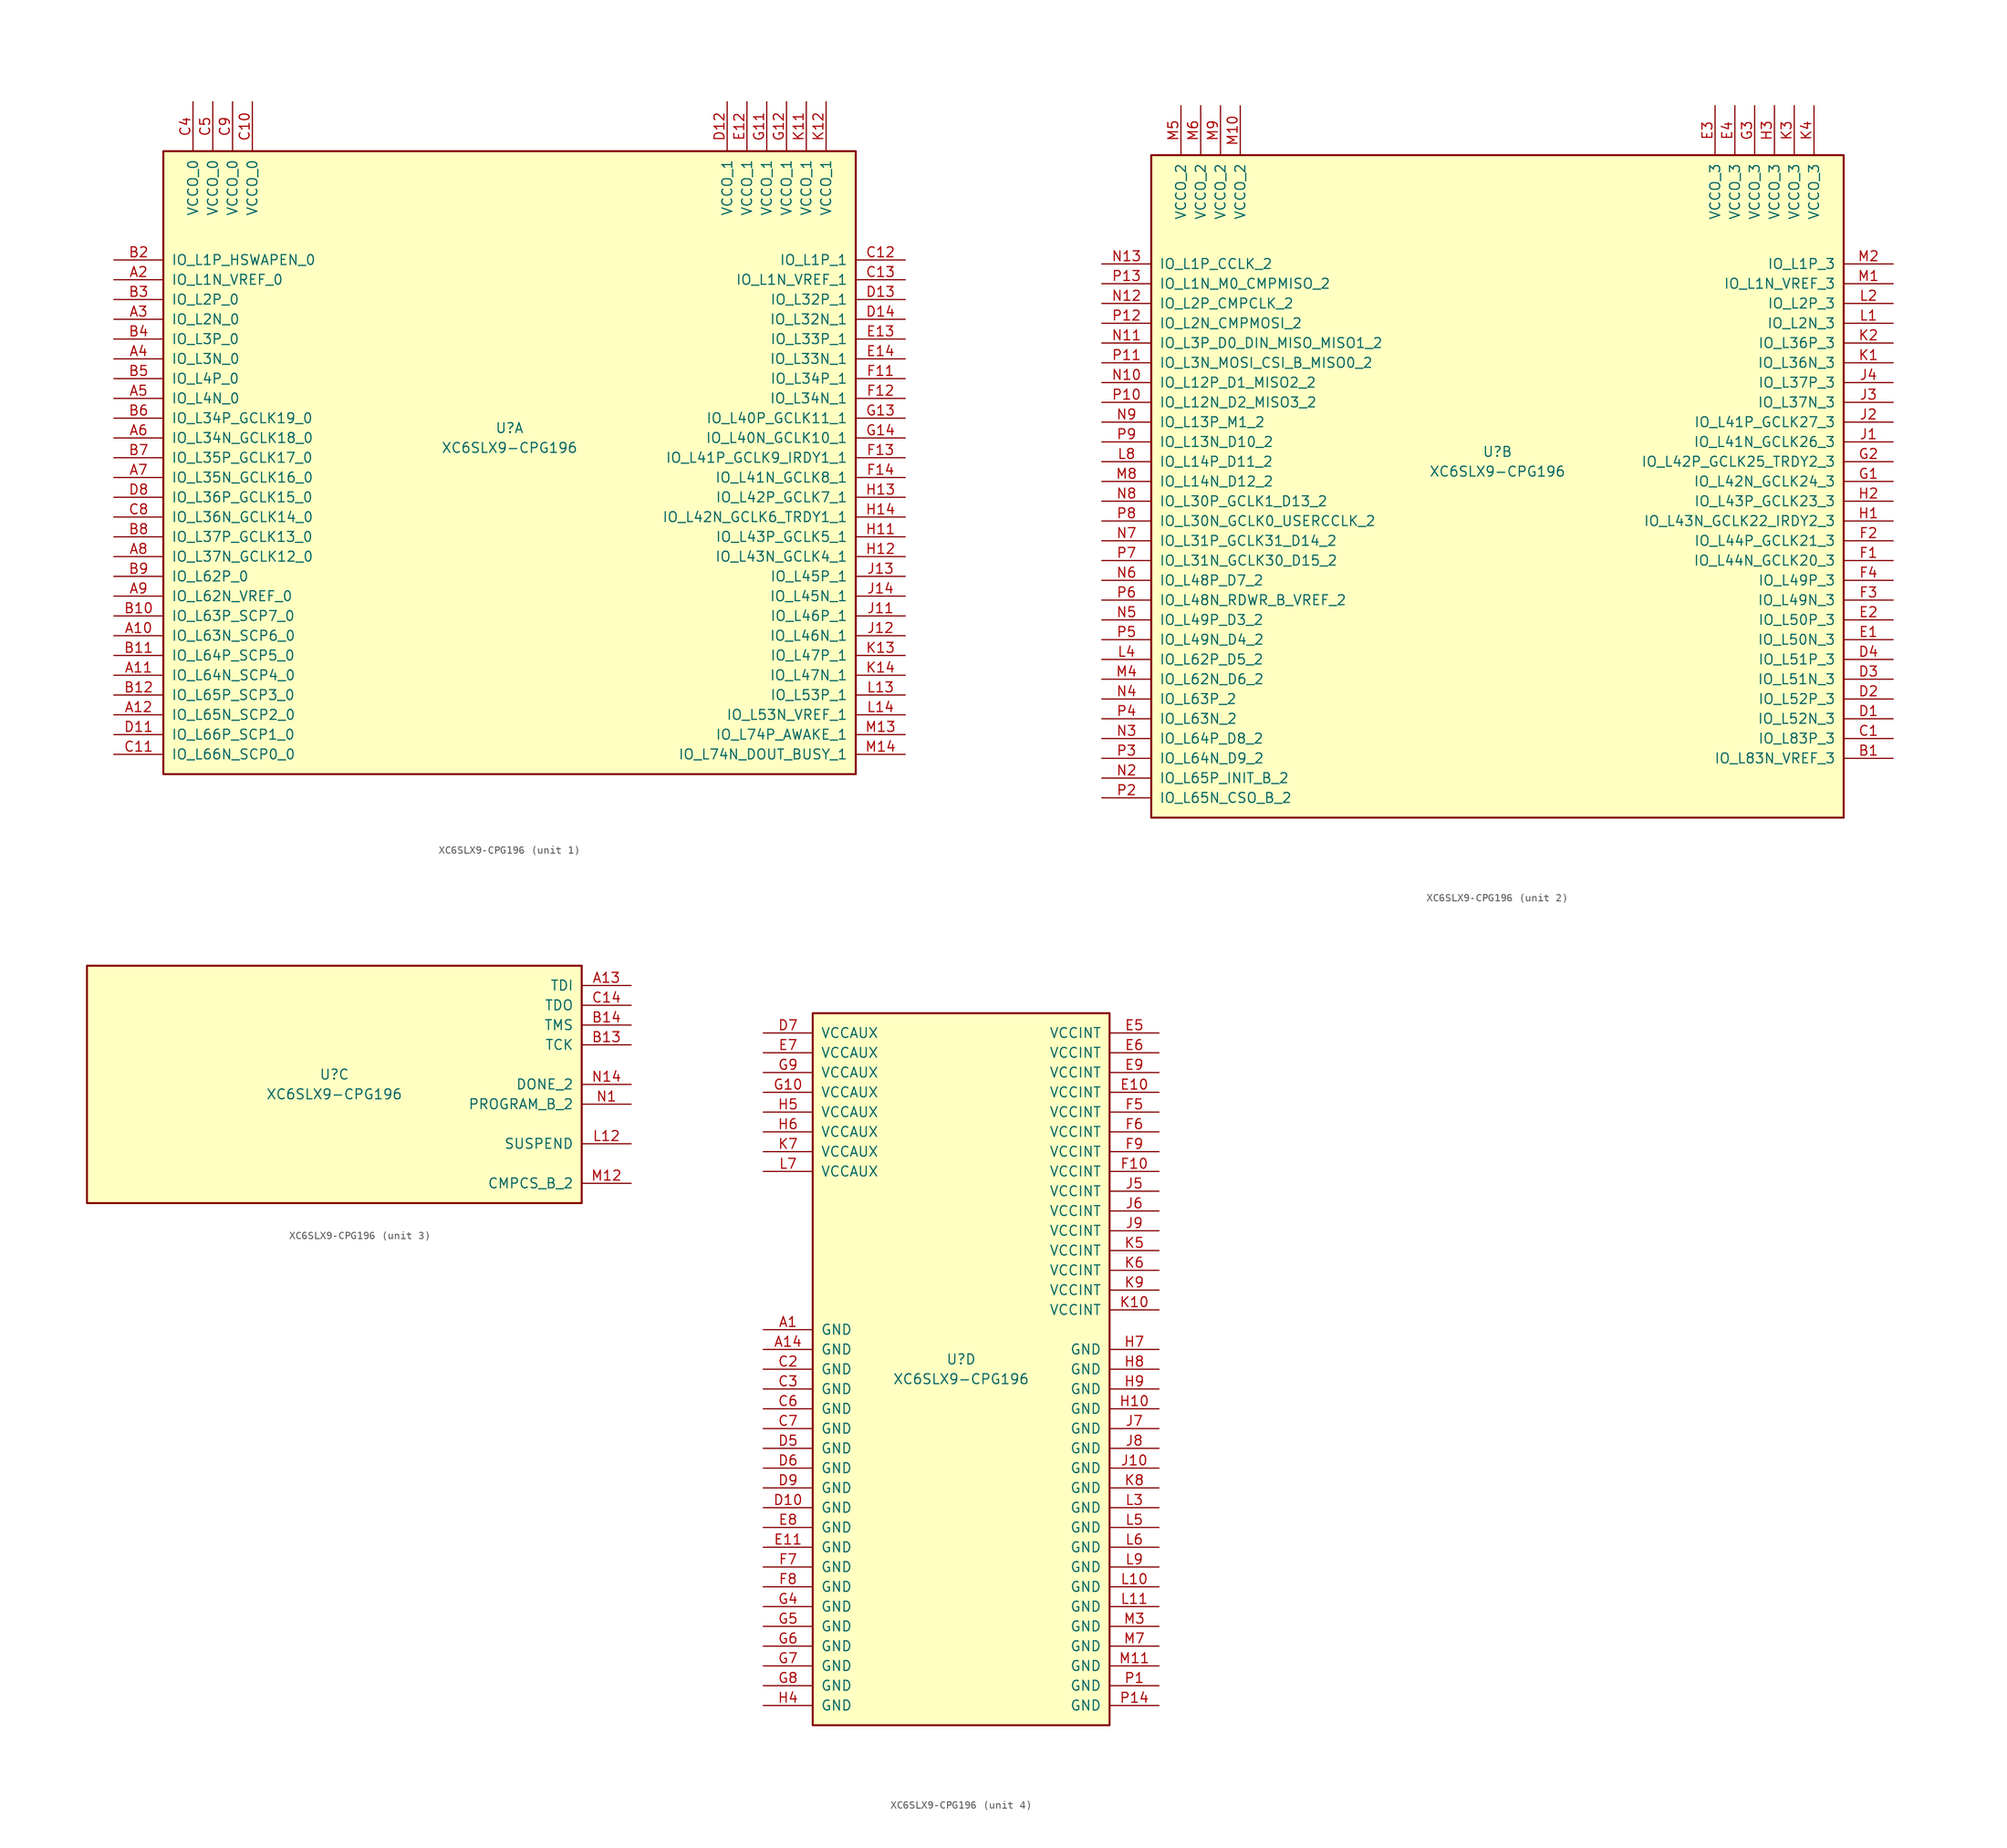
<source format=kicad_sym>
(kicad_symbol_lib
  (version 20211014)
  (generator kicad_symbol_editor)
  (symbol "XC6SLX9-CPG196"
    (pin_names
      (offset 1.016))
    (property "Reference" "U"
      (at 0 1.27 0)
      (effects (font (size 1.27 1.27))))
    (property "Value" "XC6SLX9-CPG196"
      (at 0 -1.27 0)
      (effects (font (size 1.27 1.27))))
    (property "Datasheet" ""
      (at 0 0 0)
      (effects (font (size 1.27 1.27))))
    (property "ki_locked" ""
      (at 0 0 0)
      (effects (font (size 1.27 1.27))))
    (symbol "XC6SLX9-CPG196_1_1"
      (rectangle (start -44.45 36.83) (end 44.45 -43.18) (stroke (width 0.254) (type default) (color 0 0 0 0)) (fill (type background)))
      (pin bidirectional line (at -50.8 -25.4 0) (length 6.35) (name "IO_L63N_SCP6_0" (effects (font (size 1.27 1.27)))) (number "A10" (effects (font (size 1.27 1.27)))))
      (pin bidirectional line (at -50.8 -30.48 0) (length 6.35) (name "IO_L64N_SCP4_0" (effects (font (size 1.27 1.27)))) (number "A11" (effects (font (size 1.27 1.27)))))
      (pin bidirectional line (at -50.8 -35.56 0) (length 6.35) (name "IO_L65N_SCP2_0" (effects (font (size 1.27 1.27)))) (number "A12" (effects (font (size 1.27 1.27)))))
      (pin bidirectional line (at -50.8 20.32 0) (length 6.35) (name "IO_L1N_VREF_0" (effects (font (size 1.27 1.27)))) (number "A2" (effects (font (size 1.27 1.27)))))
      (pin bidirectional line (at -50.8 15.24 0) (length 6.35) (name "IO_L2N_0" (effects (font (size 1.27 1.27)))) (number "A3" (effects (font (size 1.27 1.27)))))
      (pin bidirectional line (at -50.8 10.16 0) (length 6.35) (name "IO_L3N_0" (effects (font (size 1.27 1.27)))) (number "A4" (effects (font (size 1.27 1.27)))))
      (pin bidirectional line (at -50.8 5.08 0) (length 6.35) (name "IO_L4N_0" (effects (font (size 1.27 1.27)))) (number "A5" (effects (font (size 1.27 1.27)))))
      (pin bidirectional line (at -50.8 0 0) (length 6.35) (name "IO_L34N_GCLK18_0" (effects (font (size 1.27 1.27)))) (number "A6" (effects (font (size 1.27 1.27)))))
      (pin bidirectional line (at -50.8 -5.08 0) (length 6.35) (name "IO_L35N_GCLK16_0" (effects (font (size 1.27 1.27)))) (number "A7" (effects (font (size 1.27 1.27)))))
      (pin bidirectional line (at -50.8 -15.24 0) (length 6.35) (name "IO_L37N_GCLK12_0" (effects (font (size 1.27 1.27)))) (number "A8" (effects (font (size 1.27 1.27)))))
      (pin bidirectional line (at -50.8 -20.32 0) (length 6.35) (name "IO_L62N_VREF_0" (effects (font (size 1.27 1.27)))) (number "A9" (effects (font (size 1.27 1.27)))))
      (pin bidirectional line (at -50.8 -22.86 0) (length 6.35) (name "IO_L63P_SCP7_0" (effects (font (size 1.27 1.27)))) (number "B10" (effects (font (size 1.27 1.27)))))
      (pin bidirectional line (at -50.8 -27.94 0) (length 6.35) (name "IO_L64P_SCP5_0" (effects (font (size 1.27 1.27)))) (number "B11" (effects (font (size 1.27 1.27)))))
      (pin bidirectional line (at -50.8 -33.02 0) (length 6.35) (name "IO_L65P_SCP3_0" (effects (font (size 1.27 1.27)))) (number "B12" (effects (font (size 1.27 1.27)))))
      (pin bidirectional line (at -50.8 22.86 0) (length 6.35) (name "IO_L1P_HSWAPEN_0" (effects (font (size 1.27 1.27)))) (number "B2" (effects (font (size 1.27 1.27)))))
      (pin bidirectional line (at -50.8 17.78 0) (length 6.35) (name "IO_L2P_0" (effects (font (size 1.27 1.27)))) (number "B3" (effects (font (size 1.27 1.27)))))
      (pin bidirectional line (at -50.8 12.7 0) (length 6.35) (name "IO_L3P_0" (effects (font (size 1.27 1.27)))) (number "B4" (effects (font (size 1.27 1.27)))))
      (pin bidirectional line (at -50.8 7.62 0) (length 6.35) (name "IO_L4P_0" (effects (font (size 1.27 1.27)))) (number "B5" (effects (font (size 1.27 1.27)))))
      (pin bidirectional line (at -50.8 2.54 0) (length 6.35) (name "IO_L34P_GCLK19_0" (effects (font (size 1.27 1.27)))) (number "B6" (effects (font (size 1.27 1.27)))))
      (pin bidirectional line (at -50.8 -2.54 0) (length 6.35) (name "IO_L35P_GCLK17_0" (effects (font (size 1.27 1.27)))) (number "B7" (effects (font (size 1.27 1.27)))))
      (pin bidirectional line (at -50.8 -12.7 0) (length 6.35) (name "IO_L37P_GCLK13_0" (effects (font (size 1.27 1.27)))) (number "B8" (effects (font (size 1.27 1.27)))))
      (pin bidirectional line (at -50.8 -17.78 0) (length 6.35) (name "IO_L62P_0" (effects (font (size 1.27 1.27)))) (number "B9" (effects (font (size 1.27 1.27)))))
      (pin power_in line (at -33.02 43.18 270) (length 6.35) (name "VCCO_0" (effects (font (size 1.27 1.27)))) (number "C10" (effects (font (size 1.27 1.27)))))
      (pin bidirectional line (at -50.8 -40.64 0) (length 6.35) (name "IO_L66N_SCP0_0" (effects (font (size 1.27 1.27)))) (number "C11" (effects (font (size 1.27 1.27)))))
      (pin bidirectional line (at 50.8 22.86 180) (length 6.35) (name "IO_L1P_1" (effects (font (size 1.27 1.27)))) (number "C12" (effects (font (size 1.27 1.27)))))
      (pin bidirectional line (at 50.8 20.32 180) (length 6.35) (name "IO_L1N_VREF_1" (effects (font (size 1.27 1.27)))) (number "C13" (effects (font (size 1.27 1.27)))))
      (pin power_in line (at -40.64 43.18 270) (length 6.35) (name "VCCO_0" (effects (font (size 1.27 1.27)))) (number "C4" (effects (font (size 1.27 1.27)))))
      (pin power_in line (at -38.1 43.18 270) (length 6.35) (name "VCCO_0" (effects (font (size 1.27 1.27)))) (number "C5" (effects (font (size 1.27 1.27)))))
      (pin bidirectional line (at -50.8 -10.16 0) (length 6.35) (name "IO_L36N_GCLK14_0" (effects (font (size 1.27 1.27)))) (number "C8" (effects (font (size 1.27 1.27)))))
      (pin power_in line (at -35.56 43.18 270) (length 6.35) (name "VCCO_0" (effects (font (size 1.27 1.27)))) (number "C9" (effects (font (size 1.27 1.27)))))
      (pin bidirectional line (at -50.8 -38.1 0) (length 6.35) (name "IO_L66P_SCP1_0" (effects (font (size 1.27 1.27)))) (number "D11" (effects (font (size 1.27 1.27)))))
      (pin power_in line (at 27.94 43.18 270) (length 6.35) (name "VCCO_1" (effects (font (size 1.27 1.27)))) (number "D12" (effects (font (size 1.27 1.27)))))
      (pin bidirectional line (at 50.8 17.78 180) (length 6.35) (name "IO_L32P_1" (effects (font (size 1.27 1.27)))) (number "D13" (effects (font (size 1.27 1.27)))))
      (pin bidirectional line (at 50.8 15.24 180) (length 6.35) (name "IO_L32N_1" (effects (font (size 1.27 1.27)))) (number "D14" (effects (font (size 1.27 1.27)))))
      (pin bidirectional line (at -50.8 -7.62 0) (length 6.35) (name "IO_L36P_GCLK15_0" (effects (font (size 1.27 1.27)))) (number "D8" (effects (font (size 1.27 1.27)))))
      (pin power_in line (at 30.48 43.18 270) (length 6.35) (name "VCCO_1" (effects (font (size 1.27 1.27)))) (number "E12" (effects (font (size 1.27 1.27)))))
      (pin bidirectional line (at 50.8 12.7 180) (length 6.35) (name "IO_L33P_1" (effects (font (size 1.27 1.27)))) (number "E13" (effects (font (size 1.27 1.27)))))
      (pin bidirectional line (at 50.8 10.16 180) (length 6.35) (name "IO_L33N_1" (effects (font (size 1.27 1.27)))) (number "E14" (effects (font (size 1.27 1.27)))))
      (pin bidirectional line (at 50.8 7.62 180) (length 6.35) (name "IO_L34P_1" (effects (font (size 1.27 1.27)))) (number "F11" (effects (font (size 1.27 1.27)))))
      (pin bidirectional line (at 50.8 5.08 180) (length 6.35) (name "IO_L34N_1" (effects (font (size 1.27 1.27)))) (number "F12" (effects (font (size 1.27 1.27)))))
      (pin bidirectional line (at 50.8 -2.54 180) (length 6.35) (name "IO_L41P_GCLK9_IRDY1_1" (effects (font (size 1.27 1.27)))) (number "F13" (effects (font (size 1.27 1.27)))))
      (pin bidirectional line (at 50.8 -5.08 180) (length 6.35) (name "IO_L41N_GCLK8_1" (effects (font (size 1.27 1.27)))) (number "F14" (effects (font (size 1.27 1.27)))))
      (pin power_in line (at 33.02 43.18 270) (length 6.35) (name "VCCO_1" (effects (font (size 1.27 1.27)))) (number "G11" (effects (font (size 1.27 1.27)))))
      (pin power_in line (at 35.56 43.18 270) (length 6.35) (name "VCCO_1" (effects (font (size 1.27 1.27)))) (number "G12" (effects (font (size 1.27 1.27)))))
      (pin bidirectional line (at 50.8 2.54 180) (length 6.35) (name "IO_L40P_GCLK11_1" (effects (font (size 1.27 1.27)))) (number "G13" (effects (font (size 1.27 1.27)))))
      (pin bidirectional line (at 50.8 0 180) (length 6.35) (name "IO_L40N_GCLK10_1" (effects (font (size 1.27 1.27)))) (number "G14" (effects (font (size 1.27 1.27)))))
      (pin bidirectional line (at 50.8 -12.7 180) (length 6.35) (name "IO_L43P_GCLK5_1" (effects (font (size 1.27 1.27)))) (number "H11" (effects (font (size 1.27 1.27)))))
      (pin bidirectional line (at 50.8 -15.24 180) (length 6.35) (name "IO_L43N_GCLK4_1" (effects (font (size 1.27 1.27)))) (number "H12" (effects (font (size 1.27 1.27)))))
      (pin bidirectional line (at 50.8 -7.62 180) (length 6.35) (name "IO_L42P_GCLK7_1" (effects (font (size 1.27 1.27)))) (number "H13" (effects (font (size 1.27 1.27)))))
      (pin bidirectional line (at 50.8 -10.16 180) (length 6.35) (name "IO_L42N_GCLK6_TRDY1_1" (effects (font (size 1.27 1.27)))) (number "H14" (effects (font (size 1.27 1.27)))))
      (pin bidirectional line (at 50.8 -22.86 180) (length 6.35) (name "IO_L46P_1" (effects (font (size 1.27 1.27)))) (number "J11" (effects (font (size 1.27 1.27)))))
      (pin bidirectional line (at 50.8 -25.4 180) (length 6.35) (name "IO_L46N_1" (effects (font (size 1.27 1.27)))) (number "J12" (effects (font (size 1.27 1.27)))))
      (pin bidirectional line (at 50.8 -17.78 180) (length 6.35) (name "IO_L45P_1" (effects (font (size 1.27 1.27)))) (number "J13" (effects (font (size 1.27 1.27)))))
      (pin bidirectional line (at 50.8 -20.32 180) (length 6.35) (name "IO_L45N_1" (effects (font (size 1.27 1.27)))) (number "J14" (effects (font (size 1.27 1.27)))))
      (pin power_in line (at 38.1 43.18 270) (length 6.35) (name "VCCO_1" (effects (font (size 1.27 1.27)))) (number "K11" (effects (font (size 1.27 1.27)))))
      (pin power_in line (at 40.64 43.18 270) (length 6.35) (name "VCCO_1" (effects (font (size 1.27 1.27)))) (number "K12" (effects (font (size 1.27 1.27)))))
      (pin bidirectional line (at 50.8 -27.94 180) (length 6.35) (name "IO_L47P_1" (effects (font (size 1.27 1.27)))) (number "K13" (effects (font (size 1.27 1.27)))))
      (pin bidirectional line (at 50.8 -30.48 180) (length 6.35) (name "IO_L47N_1" (effects (font (size 1.27 1.27)))) (number "K14" (effects (font (size 1.27 1.27)))))
      (pin bidirectional line (at 50.8 -33.02 180) (length 6.35) (name "IO_L53P_1" (effects (font (size 1.27 1.27)))) (number "L13" (effects (font (size 1.27 1.27)))))
      (pin bidirectional line (at 50.8 -35.56 180) (length 6.35) (name "IO_L53N_VREF_1" (effects (font (size 1.27 1.27)))) (number "L14" (effects (font (size 1.27 1.27)))))
      (pin bidirectional line (at 50.8 -38.1 180) (length 6.35) (name "IO_L74P_AWAKE_1" (effects (font (size 1.27 1.27)))) (number "M13" (effects (font (size 1.27 1.27)))))
      (pin bidirectional line (at 50.8 -40.64 180) (length 6.35) (name "IO_L74N_DOUT_BUSY_1" (effects (font (size 1.27 1.27)))) (number "M14" (effects (font (size 1.27 1.27))))))
    (symbol "XC6SLX9-CPG196_2_1"
      (rectangle (start -44.45 39.37) (end 44.45 -45.72) (stroke (width 0.254) (type default) (color 0 0 0 0)) (fill (type background)))
      (pin bidirectional line (at 50.8 -38.1 180) (length 6.35) (name "IO_L83N_VREF_3" (effects (font (size 1.27 1.27)))) (number "B1" (effects (font (size 1.27 1.27)))))
      (pin bidirectional line (at 50.8 -35.56 180) (length 6.35) (name "IO_L83P_3" (effects (font (size 1.27 1.27)))) (number "C1" (effects (font (size 1.27 1.27)))))
      (pin bidirectional line (at 50.8 -33.02 180) (length 6.35) (name "IO_L52N_3" (effects (font (size 1.27 1.27)))) (number "D1" (effects (font (size 1.27 1.27)))))
      (pin bidirectional line (at 50.8 -30.48 180) (length 6.35) (name "IO_L52P_3" (effects (font (size 1.27 1.27)))) (number "D2" (effects (font (size 1.27 1.27)))))
      (pin bidirectional line (at 50.8 -27.94 180) (length 6.35) (name "IO_L51N_3" (effects (font (size 1.27 1.27)))) (number "D3" (effects (font (size 1.27 1.27)))))
      (pin bidirectional line (at 50.8 -25.4 180) (length 6.35) (name "IO_L51P_3" (effects (font (size 1.27 1.27)))) (number "D4" (effects (font (size 1.27 1.27)))))
      (pin bidirectional line (at 50.8 -22.86 180) (length 6.35) (name "IO_L50N_3" (effects (font (size 1.27 1.27)))) (number "E1" (effects (font (size 1.27 1.27)))))
      (pin bidirectional line (at 50.8 -20.32 180) (length 6.35) (name "IO_L50P_3" (effects (font (size 1.27 1.27)))) (number "E2" (effects (font (size 1.27 1.27)))))
      (pin power_in line (at 27.94 45.72 270) (length 6.35) (name "VCCO_3" (effects (font (size 1.27 1.27)))) (number "E3" (effects (font (size 1.27 1.27)))))
      (pin power_in line (at 30.48 45.72 270) (length 6.35) (name "VCCO_3" (effects (font (size 1.27 1.27)))) (number "E4" (effects (font (size 1.27 1.27)))))
      (pin bidirectional line (at 50.8 -12.7 180) (length 6.35) (name "IO_L44N_GCLK20_3" (effects (font (size 1.27 1.27)))) (number "F1" (effects (font (size 1.27 1.27)))))
      (pin bidirectional line (at 50.8 -10.16 180) (length 6.35) (name "IO_L44P_GCLK21_3" (effects (font (size 1.27 1.27)))) (number "F2" (effects (font (size 1.27 1.27)))))
      (pin bidirectional line (at 50.8 -17.78 180) (length 6.35) (name "IO_L49N_3" (effects (font (size 1.27 1.27)))) (number "F3" (effects (font (size 1.27 1.27)))))
      (pin bidirectional line (at 50.8 -15.24 180) (length 6.35) (name "IO_L49P_3" (effects (font (size 1.27 1.27)))) (number "F4" (effects (font (size 1.27 1.27)))))
      (pin bidirectional line (at 50.8 -2.54 180) (length 6.35) (name "IO_L42N_GCLK24_3" (effects (font (size 1.27 1.27)))) (number "G1" (effects (font (size 1.27 1.27)))))
      (pin bidirectional line (at 50.8 0 180) (length 6.35) (name "IO_L42P_GCLK25_TRDY2_3" (effects (font (size 1.27 1.27)))) (number "G2" (effects (font (size 1.27 1.27)))))
      (pin power_in line (at 33.02 45.72 270) (length 6.35) (name "VCCO_3" (effects (font (size 1.27 1.27)))) (number "G3" (effects (font (size 1.27 1.27)))))
      (pin bidirectional line (at 50.8 -7.62 180) (length 6.35) (name "IO_L43N_GCLK22_IRDY2_3" (effects (font (size 1.27 1.27)))) (number "H1" (effects (font (size 1.27 1.27)))))
      (pin bidirectional line (at 50.8 -5.08 180) (length 6.35) (name "IO_L43P_GCLK23_3" (effects (font (size 1.27 1.27)))) (number "H2" (effects (font (size 1.27 1.27)))))
      (pin power_in line (at 35.56 45.72 270) (length 6.35) (name "VCCO_3" (effects (font (size 1.27 1.27)))) (number "H3" (effects (font (size 1.27 1.27)))))
      (pin bidirectional line (at 50.8 2.54 180) (length 6.35) (name "IO_L41N_GCLK26_3" (effects (font (size 1.27 1.27)))) (number "J1" (effects (font (size 1.27 1.27)))))
      (pin bidirectional line (at 50.8 5.08 180) (length 6.35) (name "IO_L41P_GCLK27_3" (effects (font (size 1.27 1.27)))) (number "J2" (effects (font (size 1.27 1.27)))))
      (pin bidirectional line (at 50.8 7.62 180) (length 6.35) (name "IO_L37N_3" (effects (font (size 1.27 1.27)))) (number "J3" (effects (font (size 1.27 1.27)))))
      (pin bidirectional line (at 50.8 10.16 180) (length 6.35) (name "IO_L37P_3" (effects (font (size 1.27 1.27)))) (number "J4" (effects (font (size 1.27 1.27)))))
      (pin bidirectional line (at 50.8 12.7 180) (length 6.35) (name "IO_L36N_3" (effects (font (size 1.27 1.27)))) (number "K1" (effects (font (size 1.27 1.27)))))
      (pin bidirectional line (at 50.8 15.24 180) (length 6.35) (name "IO_L36P_3" (effects (font (size 1.27 1.27)))) (number "K2" (effects (font (size 1.27 1.27)))))
      (pin power_in line (at 38.1 45.72 270) (length 6.35) (name "VCCO_3" (effects (font (size 1.27 1.27)))) (number "K3" (effects (font (size 1.27 1.27)))))
      (pin power_in line (at 40.64 45.72 270) (length 6.35) (name "VCCO_3" (effects (font (size 1.27 1.27)))) (number "K4" (effects (font (size 1.27 1.27)))))
      (pin bidirectional line (at 50.8 17.78 180) (length 6.35) (name "IO_L2N_3" (effects (font (size 1.27 1.27)))) (number "L1" (effects (font (size 1.27 1.27)))))
      (pin bidirectional line (at 50.8 20.32 180) (length 6.35) (name "IO_L2P_3" (effects (font (size 1.27 1.27)))) (number "L2" (effects (font (size 1.27 1.27)))))
      (pin bidirectional line (at -50.8 -25.4 0) (length 6.35) (name "IO_L62P_D5_2" (effects (font (size 1.27 1.27)))) (number "L4" (effects (font (size 1.27 1.27)))))
      (pin bidirectional line (at -50.8 0 0) (length 6.35) (name "IO_L14P_D11_2" (effects (font (size 1.27 1.27)))) (number "L8" (effects (font (size 1.27 1.27)))))
      (pin bidirectional line (at 50.8 22.86 180) (length 6.35) (name "IO_L1N_VREF_3" (effects (font (size 1.27 1.27)))) (number "M1" (effects (font (size 1.27 1.27)))))
      (pin power_in line (at -33.02 45.72 270) (length 6.35) (name "VCCO_2" (effects (font (size 1.27 1.27)))) (number "M10" (effects (font (size 1.27 1.27)))))
      (pin bidirectional line (at 50.8 25.4 180) (length 6.35) (name "IO_L1P_3" (effects (font (size 1.27 1.27)))) (number "M2" (effects (font (size 1.27 1.27)))))
      (pin bidirectional line (at -50.8 -27.94 0) (length 6.35) (name "IO_L62N_D6_2" (effects (font (size 1.27 1.27)))) (number "M4" (effects (font (size 1.27 1.27)))))
      (pin power_in line (at -40.64 45.72 270) (length 6.35) (name "VCCO_2" (effects (font (size 1.27 1.27)))) (number "M5" (effects (font (size 1.27 1.27)))))
      (pin power_in line (at -38.1 45.72 270) (length 6.35) (name "VCCO_2" (effects (font (size 1.27 1.27)))) (number "M6" (effects (font (size 1.27 1.27)))))
      (pin bidirectional line (at -50.8 -2.54 0) (length 6.35) (name "IO_L14N_D12_2" (effects (font (size 1.27 1.27)))) (number "M8" (effects (font (size 1.27 1.27)))))
      (pin power_in line (at -35.56 45.72 270) (length 6.35) (name "VCCO_2" (effects (font (size 1.27 1.27)))) (number "M9" (effects (font (size 1.27 1.27)))))
      (pin bidirectional line (at -50.8 10.16 0) (length 6.35) (name "IO_L12P_D1_MISO2_2" (effects (font (size 1.27 1.27)))) (number "N10" (effects (font (size 1.27 1.27)))))
      (pin bidirectional line (at -50.8 15.24 0) (length 6.35) (name "IO_L3P_D0_DIN_MISO_MISO1_2" (effects (font (size 1.27 1.27)))) (number "N11" (effects (font (size 1.27 1.27)))))
      (pin bidirectional line (at -50.8 20.32 0) (length 6.35) (name "IO_L2P_CMPCLK_2" (effects (font (size 1.27 1.27)))) (number "N12" (effects (font (size 1.27 1.27)))))
      (pin bidirectional line (at -50.8 25.4 0) (length 6.35) (name "IO_L1P_CCLK_2" (effects (font (size 1.27 1.27)))) (number "N13" (effects (font (size 1.27 1.27)))))
      (pin bidirectional line (at -50.8 -40.64 0) (length 6.35) (name "IO_L65P_INIT_B_2" (effects (font (size 1.27 1.27)))) (number "N2" (effects (font (size 1.27 1.27)))))
      (pin bidirectional line (at -50.8 -35.56 0) (length 6.35) (name "IO_L64P_D8_2" (effects (font (size 1.27 1.27)))) (number "N3" (effects (font (size 1.27 1.27)))))
      (pin bidirectional line (at -50.8 -30.48 0) (length 6.35) (name "IO_L63P_2" (effects (font (size 1.27 1.27)))) (number "N4" (effects (font (size 1.27 1.27)))))
      (pin bidirectional line (at -50.8 -20.32 0) (length 6.35) (name "IO_L49P_D3_2" (effects (font (size 1.27 1.27)))) (number "N5" (effects (font (size 1.27 1.27)))))
      (pin bidirectional line (at -50.8 -15.24 0) (length 6.35) (name "IO_L48P_D7_2" (effects (font (size 1.27 1.27)))) (number "N6" (effects (font (size 1.27 1.27)))))
      (pin bidirectional line (at -50.8 -10.16 0) (length 6.35) (name "IO_L31P_GCLK31_D14_2" (effects (font (size 1.27 1.27)))) (number "N7" (effects (font (size 1.27 1.27)))))
      (pin bidirectional line (at -50.8 -5.08 0) (length 6.35) (name "IO_L30P_GCLK1_D13_2" (effects (font (size 1.27 1.27)))) (number "N8" (effects (font (size 1.27 1.27)))))
      (pin bidirectional line (at -50.8 5.08 0) (length 6.35) (name "IO_L13P_M1_2" (effects (font (size 1.27 1.27)))) (number "N9" (effects (font (size 1.27 1.27)))))
      (pin bidirectional line (at -50.8 7.62 0) (length 6.35) (name "IO_L12N_D2_MISO3_2" (effects (font (size 1.27 1.27)))) (number "P10" (effects (font (size 1.27 1.27)))))
      (pin bidirectional line (at -50.8 12.7 0) (length 6.35) (name "IO_L3N_MOSI_CSI_B_MISO0_2" (effects (font (size 1.27 1.27)))) (number "P11" (effects (font (size 1.27 1.27)))))
      (pin bidirectional line (at -50.8 17.78 0) (length 6.35) (name "IO_L2N_CMPMOSI_2" (effects (font (size 1.27 1.27)))) (number "P12" (effects (font (size 1.27 1.27)))))
      (pin bidirectional line (at -50.8 22.86 0) (length 6.35) (name "IO_L1N_M0_CMPMISO_2" (effects (font (size 1.27 1.27)))) (number "P13" (effects (font (size 1.27 1.27)))))
      (pin bidirectional line (at -50.8 -43.18 0) (length 6.35) (name "IO_L65N_CSO_B_2" (effects (font (size 1.27 1.27)))) (number "P2" (effects (font (size 1.27 1.27)))))
      (pin bidirectional line (at -50.8 -38.1 0) (length 6.35) (name "IO_L64N_D9_2" (effects (font (size 1.27 1.27)))) (number "P3" (effects (font (size 1.27 1.27)))))
      (pin bidirectional line (at -50.8 -33.02 0) (length 6.35) (name "IO_L63N_2" (effects (font (size 1.27 1.27)))) (number "P4" (effects (font (size 1.27 1.27)))))
      (pin bidirectional line (at -50.8 -22.86 0) (length 6.35) (name "IO_L49N_D4_2" (effects (font (size 1.27 1.27)))) (number "P5" (effects (font (size 1.27 1.27)))))
      (pin bidirectional line (at -50.8 -17.78 0) (length 6.35) (name "IO_L48N_RDWR_B_VREF_2" (effects (font (size 1.27 1.27)))) (number "P6" (effects (font (size 1.27 1.27)))))
      (pin bidirectional line (at -50.8 -12.7 0) (length 6.35) (name "IO_L31N_GCLK30_D15_2" (effects (font (size 1.27 1.27)))) (number "P7" (effects (font (size 1.27 1.27)))))
      (pin bidirectional line (at -50.8 -7.62 0) (length 6.35) (name "IO_L30N_GCLK0_USERCCLK_2" (effects (font (size 1.27 1.27)))) (number "P8" (effects (font (size 1.27 1.27)))))
      (pin bidirectional line (at -50.8 2.54 0) (length 6.35) (name "IO_L13N_D10_2" (effects (font (size 1.27 1.27)))) (number "P9" (effects (font (size 1.27 1.27))))))
    (symbol "XC6SLX9-CPG196_3_1"
      (rectangle (start -31.75 15.24) (end 31.75 -15.24) (stroke (width 0.254) (type default) (color 0 0 0 0)) (fill (type background)))
      (pin bidirectional line (at 38.1 12.7 180) (length 6.35) (name "TDI" (effects (font (size 1.27 1.27)))) (number "A13" (effects (font (size 1.27 1.27)))))
      (pin bidirectional line (at 38.1 5.08 180) (length 6.35) (name "TCK" (effects (font (size 1.27 1.27)))) (number "B13" (effects (font (size 1.27 1.27)))))
      (pin bidirectional line (at 38.1 7.62 180) (length 6.35) (name "TMS" (effects (font (size 1.27 1.27)))) (number "B14" (effects (font (size 1.27 1.27)))))
      (pin bidirectional line (at 38.1 10.16 180) (length 6.35) (name "TDO" (effects (font (size 1.27 1.27)))) (number "C14" (effects (font (size 1.27 1.27)))))
      (pin bidirectional line (at 38.1 -7.62 180) (length 6.35) (name "SUSPEND" (effects (font (size 1.27 1.27)))) (number "L12" (effects (font (size 1.27 1.27)))))
      (pin bidirectional line (at 38.1 -12.7 180) (length 6.35) (name "CMPCS_B_2" (effects (font (size 1.27 1.27)))) (number "M12" (effects (font (size 1.27 1.27)))))
      (pin bidirectional line (at 38.1 -2.54 180) (length 6.35) (name "PROGRAM_B_2" (effects (font (size 1.27 1.27)))) (number "N1" (effects (font (size 1.27 1.27)))))
      (pin bidirectional line (at 38.1 0 180) (length 6.35) (name "DONE_2" (effects (font (size 1.27 1.27)))) (number "N14" (effects (font (size 1.27 1.27))))))
    (symbol "XC6SLX9-CPG196_4_1"
      (rectangle (start -19.05 45.72) (end 19.05 -45.72) (stroke (width 0.254) (type default) (color 0 0 0 0)) (fill (type background)))
      (pin power_in line (at -25.4 5.08 0) (length 6.35) (name "GND" (effects (font (size 1.27 1.27)))) (number "A1" (effects (font (size 1.27 1.27)))))
      (pin power_in line (at -25.4 2.54 0) (length 6.35) (name "GND" (effects (font (size 1.27 1.27)))) (number "A14" (effects (font (size 1.27 1.27)))))
      (pin power_in line (at -25.4 0 0) (length 6.35) (name "GND" (effects (font (size 1.27 1.27)))) (number "C2" (effects (font (size 1.27 1.27)))))
      (pin power_in line (at -25.4 -2.54 0) (length 6.35) (name "GND" (effects (font (size 1.27 1.27)))) (number "C3" (effects (font (size 1.27 1.27)))))
      (pin power_in line (at -25.4 -5.08 0) (length 6.35) (name "GND" (effects (font (size 1.27 1.27)))) (number "C6" (effects (font (size 1.27 1.27)))))
      (pin power_in line (at -25.4 -7.62 0) (length 6.35) (name "GND" (effects (font (size 1.27 1.27)))) (number "C7" (effects (font (size 1.27 1.27)))))
      (pin power_in line (at -25.4 -17.78 0) (length 6.35) (name "GND" (effects (font (size 1.27 1.27)))) (number "D10" (effects (font (size 1.27 1.27)))))
      (pin power_in line (at -25.4 -10.16 0) (length 6.35) (name "GND" (effects (font (size 1.27 1.27)))) (number "D5" (effects (font (size 1.27 1.27)))))
      (pin power_in line (at -25.4 -12.7 0) (length 6.35) (name "GND" (effects (font (size 1.27 1.27)))) (number "D6" (effects (font (size 1.27 1.27)))))
      (pin power_in line (at -25.4 43.18 0) (length 6.35) (name "VCCAUX" (effects (font (size 1.27 1.27)))) (number "D7" (effects (font (size 1.27 1.27)))))
      (pin power_in line (at -25.4 -15.24 0) (length 6.35) (name "GND" (effects (font (size 1.27 1.27)))) (number "D9" (effects (font (size 1.27 1.27)))))
      (pin power_in line (at 25.4 35.56 180) (length 6.35) (name "VCCINT" (effects (font (size 1.27 1.27)))) (number "E10" (effects (font (size 1.27 1.27)))))
      (pin power_in line (at -25.4 -22.86 0) (length 6.35) (name "GND" (effects (font (size 1.27 1.27)))) (number "E11" (effects (font (size 1.27 1.27)))))
      (pin power_in line (at 25.4 43.18 180) (length 6.35) (name "VCCINT" (effects (font (size 1.27 1.27)))) (number "E5" (effects (font (size 1.27 1.27)))))
      (pin power_in line (at 25.4 40.64 180) (length 6.35) (name "VCCINT" (effects (font (size 1.27 1.27)))) (number "E6" (effects (font (size 1.27 1.27)))))
      (pin power_in line (at -25.4 40.64 0) (length 6.35) (name "VCCAUX" (effects (font (size 1.27 1.27)))) (number "E7" (effects (font (size 1.27 1.27)))))
      (pin power_in line (at -25.4 -20.32 0) (length 6.35) (name "GND" (effects (font (size 1.27 1.27)))) (number "E8" (effects (font (size 1.27 1.27)))))
      (pin power_in line (at 25.4 38.1 180) (length 6.35) (name "VCCINT" (effects (font (size 1.27 1.27)))) (number "E9" (effects (font (size 1.27 1.27)))))
      (pin power_in line (at 25.4 25.4 180) (length 6.35) (name "VCCINT" (effects (font (size 1.27 1.27)))) (number "F10" (effects (font (size 1.27 1.27)))))
      (pin power_in line (at 25.4 33.02 180) (length 6.35) (name "VCCINT" (effects (font (size 1.27 1.27)))) (number "F5" (effects (font (size 1.27 1.27)))))
      (pin power_in line (at 25.4 30.48 180) (length 6.35) (name "VCCINT" (effects (font (size 1.27 1.27)))) (number "F6" (effects (font (size 1.27 1.27)))))
      (pin power_in line (at -25.4 -25.4 0) (length 6.35) (name "GND" (effects (font (size 1.27 1.27)))) (number "F7" (effects (font (size 1.27 1.27)))))
      (pin power_in line (at -25.4 -27.94 0) (length 6.35) (name "GND" (effects (font (size 1.27 1.27)))) (number "F8" (effects (font (size 1.27 1.27)))))
      (pin power_in line (at 25.4 27.94 180) (length 6.35) (name "VCCINT" (effects (font (size 1.27 1.27)))) (number "F9" (effects (font (size 1.27 1.27)))))
      (pin power_in line (at -25.4 35.56 0) (length 6.35) (name "VCCAUX" (effects (font (size 1.27 1.27)))) (number "G10" (effects (font (size 1.27 1.27)))))
      (pin power_in line (at -25.4 -30.48 0) (length 6.35) (name "GND" (effects (font (size 1.27 1.27)))) (number "G4" (effects (font (size 1.27 1.27)))))
      (pin power_in line (at -25.4 -33.02 0) (length 6.35) (name "GND" (effects (font (size 1.27 1.27)))) (number "G5" (effects (font (size 1.27 1.27)))))
      (pin power_in line (at -25.4 -35.56 0) (length 6.35) (name "GND" (effects (font (size 1.27 1.27)))) (number "G6" (effects (font (size 1.27 1.27)))))
      (pin power_in line (at -25.4 -38.1 0) (length 6.35) (name "GND" (effects (font (size 1.27 1.27)))) (number "G7" (effects (font (size 1.27 1.27)))))
      (pin power_in line (at -25.4 -40.64 0) (length 6.35) (name "GND" (effects (font (size 1.27 1.27)))) (number "G8" (effects (font (size 1.27 1.27)))))
      (pin power_in line (at -25.4 38.1 0) (length 6.35) (name "VCCAUX" (effects (font (size 1.27 1.27)))) (number "G9" (effects (font (size 1.27 1.27)))))
      (pin power_in line (at 25.4 -5.08 180) (length 6.35) (name "GND" (effects (font (size 1.27 1.27)))) (number "H10" (effects (font (size 1.27 1.27)))))
      (pin power_in line (at -25.4 -43.18 0) (length 6.35) (name "GND" (effects (font (size 1.27 1.27)))) (number "H4" (effects (font (size 1.27 1.27)))))
      (pin power_in line (at -25.4 33.02 0) (length 6.35) (name "VCCAUX" (effects (font (size 1.27 1.27)))) (number "H5" (effects (font (size 1.27 1.27)))))
      (pin power_in line (at -25.4 30.48 0) (length 6.35) (name "VCCAUX" (effects (font (size 1.27 1.27)))) (number "H6" (effects (font (size 1.27 1.27)))))
      (pin power_in line (at 25.4 2.54 180) (length 6.35) (name "GND" (effects (font (size 1.27 1.27)))) (number "H7" (effects (font (size 1.27 1.27)))))
      (pin power_in line (at 25.4 0 180) (length 6.35) (name "GND" (effects (font (size 1.27 1.27)))) (number "H8" (effects (font (size 1.27 1.27)))))
      (pin power_in line (at 25.4 -2.54 180) (length 6.35) (name "GND" (effects (font (size 1.27 1.27)))) (number "H9" (effects (font (size 1.27 1.27)))))
      (pin power_in line (at 25.4 -12.7 180) (length 6.35) (name "GND" (effects (font (size 1.27 1.27)))) (number "J10" (effects (font (size 1.27 1.27)))))
      (pin power_in line (at 25.4 22.86 180) (length 6.35) (name "VCCINT" (effects (font (size 1.27 1.27)))) (number "J5" (effects (font (size 1.27 1.27)))))
      (pin power_in line (at 25.4 20.32 180) (length 6.35) (name "VCCINT" (effects (font (size 1.27 1.27)))) (number "J6" (effects (font (size 1.27 1.27)))))
      (pin power_in line (at 25.4 -7.62 180) (length 6.35) (name "GND" (effects (font (size 1.27 1.27)))) (number "J7" (effects (font (size 1.27 1.27)))))
      (pin power_in line (at 25.4 -10.16 180) (length 6.35) (name "GND" (effects (font (size 1.27 1.27)))) (number "J8" (effects (font (size 1.27 1.27)))))
      (pin power_in line (at 25.4 17.78 180) (length 6.35) (name "VCCINT" (effects (font (size 1.27 1.27)))) (number "J9" (effects (font (size 1.27 1.27)))))
      (pin power_in line (at 25.4 7.62 180) (length 6.35) (name "VCCINT" (effects (font (size 1.27 1.27)))) (number "K10" (effects (font (size 1.27 1.27)))))
      (pin power_in line (at 25.4 15.24 180) (length 6.35) (name "VCCINT" (effects (font (size 1.27 1.27)))) (number "K5" (effects (font (size 1.27 1.27)))))
      (pin power_in line (at 25.4 12.7 180) (length 6.35) (name "VCCINT" (effects (font (size 1.27 1.27)))) (number "K6" (effects (font (size 1.27 1.27)))))
      (pin power_in line (at -25.4 27.94 0) (length 6.35) (name "VCCAUX" (effects (font (size 1.27 1.27)))) (number "K7" (effects (font (size 1.27 1.27)))))
      (pin power_in line (at 25.4 -15.24 180) (length 6.35) (name "GND" (effects (font (size 1.27 1.27)))) (number "K8" (effects (font (size 1.27 1.27)))))
      (pin power_in line (at 25.4 10.16 180) (length 6.35) (name "VCCINT" (effects (font (size 1.27 1.27)))) (number "K9" (effects (font (size 1.27 1.27)))))
      (pin power_in line (at 25.4 -27.94 180) (length 6.35) (name "GND" (effects (font (size 1.27 1.27)))) (number "L10" (effects (font (size 1.27 1.27)))))
      (pin power_in line (at 25.4 -30.48 180) (length 6.35) (name "GND" (effects (font (size 1.27 1.27)))) (number "L11" (effects (font (size 1.27 1.27)))))
      (pin power_in line (at 25.4 -17.78 180) (length 6.35) (name "GND" (effects (font (size 1.27 1.27)))) (number "L3" (effects (font (size 1.27 1.27)))))
      (pin power_in line (at 25.4 -20.32 180) (length 6.35) (name "GND" (effects (font (size 1.27 1.27)))) (number "L5" (effects (font (size 1.27 1.27)))))
      (pin power_in line (at 25.4 -22.86 180) (length 6.35) (name "GND" (effects (font (size 1.27 1.27)))) (number "L6" (effects (font (size 1.27 1.27)))))
      (pin power_in line (at -25.4 25.4 0) (length 6.35) (name "VCCAUX" (effects (font (size 1.27 1.27)))) (number "L7" (effects (font (size 1.27 1.27)))))
      (pin power_in line (at 25.4 -25.4 180) (length 6.35) (name "GND" (effects (font (size 1.27 1.27)))) (number "L9" (effects (font (size 1.27 1.27)))))
      (pin power_in line (at 25.4 -38.1 180) (length 6.35) (name "GND" (effects (font (size 1.27 1.27)))) (number "M11" (effects (font (size 1.27 1.27)))))
      (pin power_in line (at 25.4 -33.02 180) (length 6.35) (name "GND" (effects (font (size 1.27 1.27)))) (number "M3" (effects (font (size 1.27 1.27)))))
      (pin power_in line (at 25.4 -35.56 180) (length 6.35) (name "GND" (effects (font (size 1.27 1.27)))) (number "M7" (effects (font (size 1.27 1.27)))))
      (pin power_in line (at 25.4 -40.64 180) (length 6.35) (name "GND" (effects (font (size 1.27 1.27)))) (number "P1" (effects (font (size 1.27 1.27)))))
      (pin power_in line (at 25.4 -43.18 180) (length 6.35) (name "GND" (effects (font (size 1.27 1.27)))) (number "P14" (effects (font (size 1.27 1.27))))))))
</source>
